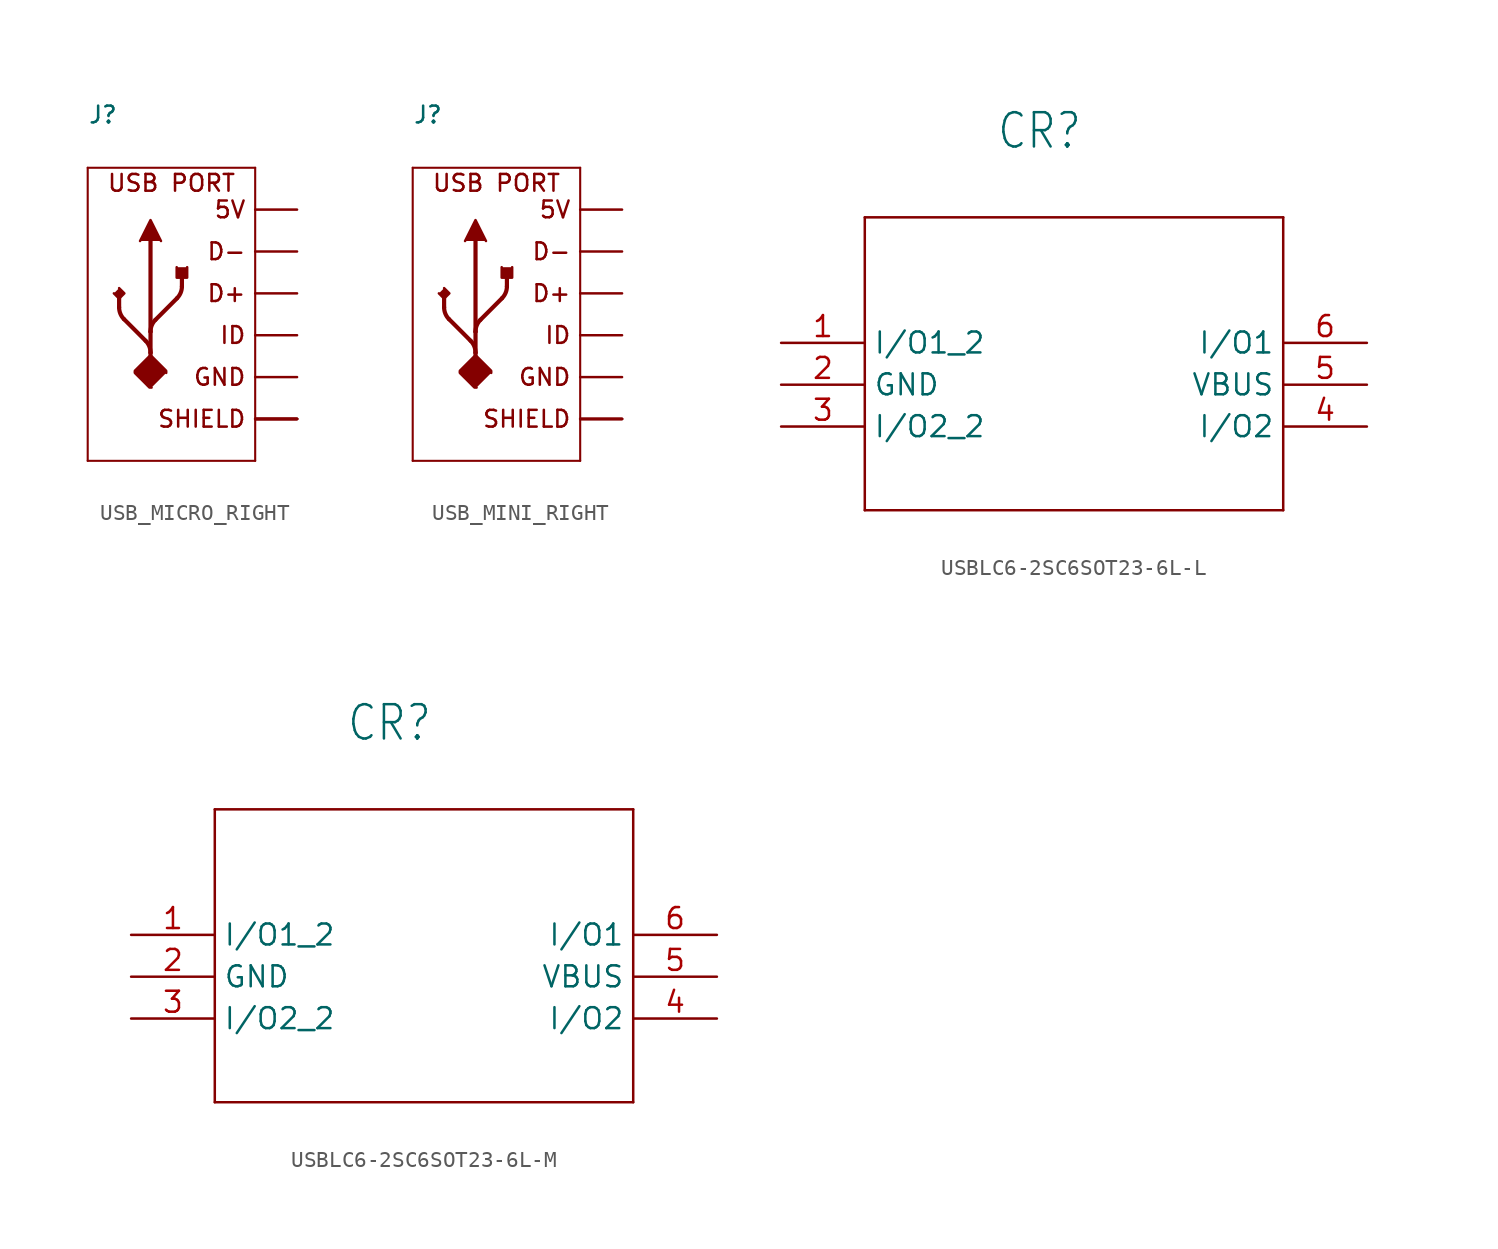
<source format=kicad_sym>
(kicad_symbol_lib
  (version 20220914)
  (generator kicad_symbol_editor)
  (symbol "USB_MICRO_RIGHT"
    (property "Reference" "J"
      (at -5.08 11.43 0)
      (effects (font (size 1.016 1.016)) (justify left top)))
    (property "Value" ""
      (at -5.08 8.89 0)
      (effects (font (size 1.016 1.016)) (justify left bottom)))
    (property "ki_locked" ""
      (at 0 0 0)
      (effects (font (size 1.27 1.27))))
    (symbol "USB_MICRO_RIGHT_1_0"
      (arc (start -3.175 -0.8491) (mid -3.0976 -1.2379) (end -2.8774 -1.5675) (stroke (width 0.254) (type solid)) (fill (type none)))
      (arc (start -1.27 -3.5958) (mid -1.3473 -3.207) (end -1.5675 -2.8774) (stroke (width 0.254) (type solid)) (fill (type none)))
      (arc (start -0.9724 -1.6074) (mid -1.1927 -1.937) (end -1.27 -2.3258) (stroke (width 0.254) (type solid)) (fill (type none)))
      (polyline (pts (xy -5.08 -10.16) (xy -5.08 7.62)) (stroke (width 0.127) (type solid)) (fill (type none)))
      (polyline (pts (xy -5.08 7.62) (xy 5.08 7.62)) (stroke (width 0.127) (type solid)) (fill (type none)))
      (polyline (pts (xy -3.175 0) (xy -3.175 -0.849)) (stroke (width 0.254) (type solid)) (fill (type none)))
      (polyline (pts (xy -2.877 -1.567) (xy -1.567 -2.877)) (stroke (width 0.254) (type solid)) (fill (type none)))
      (polyline (pts (xy -1.27 -3.81) (xy -1.27 -3.596)) (stroke (width 0.254) (type solid)) (fill (type none)))
      (polyline (pts (xy -1.27 -3.596) (xy -1.27 -2.326)) (stroke (width 0.254) (type solid)) (fill (type none)))
      (polyline (pts (xy -1.27 -2.326) (xy -1.27 3.175)) (stroke (width 0.254) (type solid)) (fill (type none)))
      (polyline (pts (xy 0.337 -0.297) (xy -0.972 -1.607)) (stroke (width 0.254) (type solid)) (fill (type none)))
      (polyline (pts (xy 0.635 1.27) (xy 0.635 0.421)) (stroke (width 0.254) (type solid)) (fill (type none)))
      (polyline (pts (xy 5.08 -10.16) (xy -5.08 -10.16)) (stroke (width 0.127) (type solid)) (fill (type none)))
      (polyline (pts (xy 5.08 7.62) (xy 5.08 -10.16)) (stroke (width 0.127) (type solid)) (fill (type none)))
      (polyline (pts (xy -1.905 3.175) (xy -1.27 4.445) (xy -0.635 3.175)) (stroke (width 0) (type default)) (fill (type outline)))
      (polyline (pts (xy -3.175 0.318) (xy -2.857 0) (xy -3.175 -0.318) (xy -3.493 0)) (stroke (width 0) (type default)) (fill (type outline)))
      (polyline (pts (xy 0.318 1.587) (xy 0.318 0.953) (xy 0.953 0.953) (xy 0.953 1.587)) (stroke (width 0) (type default)) (fill (type outline)))
      (polyline (pts (xy -1.206 -5.715) (xy -1.333 -5.715) (xy -2.223 -4.826) (xy -2.223 -4.699) (xy -1.333 -3.81) (xy -1.206 -3.81) (xy -0.318 -4.699) (xy -0.318 -4.826)) (stroke (width 0) (type default)) (fill (type outline)))
      (arc (start 0.3374 -0.2975) (mid 0.5577 0.032) (end 0.635 0.4208) (stroke (width 0.254) (type solid)) (fill (type none)))
      (text "5V" (at 4.572 5.08 0) (effects (font (size 1.016 1.016)) (justify right)))
      (text "D+" (at 4.572 0 0) (effects (font (size 1.016 1.016)) (justify right)))
      (text "D-" (at 4.572 2.54 0) (effects (font (size 1.016 1.016)) (justify right)))
      (text "GND" (at 4.572 -5.08 0) (effects (font (size 1.016 1.016)) (justify right)))
      (text "ID" (at 4.572 -2.54 0) (effects (font (size 1.016 1.016)) (justify right)))
      (text "SHIELD" (at 4.572 -7.62 0) (effects (font (size 1.016 1.016)) (justify right)))
      (text "USB PORT" (at 0 6.096 0) (effects (font (size 1.016 1.016)) (justify bottom)))
      (pin power_in line (at 7.62 5.08 180) (length 2.54) (name "5V" (effects (font (size 0 0)))) (number "1" (effects (font (size 0 0)))))
      (pin bidirectional line (at 7.62 2.54 180) (length 2.54) (name "D-" (effects (font (size 0 0)))) (number "2" (effects (font (size 0 0)))))
      (pin bidirectional line (at 7.62 0 180) (length 2.54) (name "D+" (effects (font (size 0 0)))) (number "3" (effects (font (size 0 0)))))
      (pin bidirectional line (at 7.62 -2.54 180) (length 2.54) (name "ID" (effects (font (size 0 0)))) (number "4" (effects (font (size 0 0)))))
      (pin power_in line (at 7.62 -5.08 180) (length 2.54) (name "GND" (effects (font (size 0 0)))) (number "5" (effects (font (size 0 0)))))
      (pin power_in line (at 7.62 -7.62 180) (length 2.54) (name "SLD" (effects (font (size 0 0)))) (number "S1" (effects (font (size 0 0)))))
      (pin power_in line (at 7.62 -7.62 180) (length 2.54) (name "SLD" (effects (font (size 0 0)))) (number "S2" (effects (font (size 0 0)))))
      (pin power_in line (at 7.62 -7.62 180) (length 2.54) (name "SLD" (effects (font (size 0 0)))) (number "S3" (effects (font (size 0 0)))))
      (pin power_in line (at 7.62 -7.62 180) (length 2.54) (name "SLD" (effects (font (size 0 0)))) (number "S4" (effects (font (size 0 0)))))
      (pin power_in line (at 7.62 -7.62 180) (length 2.54) (name "SLD" (effects (font (size 0 0)))) (number "S5" (effects (font (size 0 0)))))
      (pin power_in line (at 7.62 -7.62 180) (length 2.54) (name "SLD" (effects (font (size 0 0)))) (number "S6" (effects (font (size 0 0)))))))
  (symbol "USB_MINI_RIGHT"
    (property "Reference" "J"
      (at -5.08 11.43 0)
      (effects (font (size 1.016 1.016)) (justify left top)))
    (property "Value" ""
      (at -5.08 8.89 0)
      (effects (font (size 1.016 1.016)) (justify left bottom)))
    (property "ki_locked" ""
      (at 0 0 0)
      (effects (font (size 1.27 1.27))))
    (symbol "USB_MINI_RIGHT_1_0"
      (arc (start -3.175 -0.8491) (mid -3.0976 -1.2379) (end -2.8774 -1.5675) (stroke (width 0.254) (type solid)) (fill (type none)))
      (arc (start -1.27 -3.5958) (mid -1.3473 -3.207) (end -1.5675 -2.8774) (stroke (width 0.254) (type solid)) (fill (type none)))
      (arc (start -0.9724 -1.6074) (mid -1.1927 -1.937) (end -1.27 -2.3258) (stroke (width 0.254) (type solid)) (fill (type none)))
      (polyline (pts (xy -5.08 -10.16) (xy -5.08 7.62)) (stroke (width 0.127) (type solid)) (fill (type none)))
      (polyline (pts (xy -5.08 7.62) (xy 5.08 7.62)) (stroke (width 0.127) (type solid)) (fill (type none)))
      (polyline (pts (xy -3.175 0) (xy -3.175 -0.849)) (stroke (width 0.254) (type solid)) (fill (type none)))
      (polyline (pts (xy -2.877 -1.567) (xy -1.567 -2.877)) (stroke (width 0.254) (type solid)) (fill (type none)))
      (polyline (pts (xy -1.27 -3.81) (xy -1.27 -3.596)) (stroke (width 0.254) (type solid)) (fill (type none)))
      (polyline (pts (xy -1.27 -3.596) (xy -1.27 -2.326)) (stroke (width 0.254) (type solid)) (fill (type none)))
      (polyline (pts (xy -1.27 -2.326) (xy -1.27 3.175)) (stroke (width 0.254) (type solid)) (fill (type none)))
      (polyline (pts (xy 0.337 -0.297) (xy -0.972 -1.607)) (stroke (width 0.254) (type solid)) (fill (type none)))
      (polyline (pts (xy 0.635 1.27) (xy 0.635 0.421)) (stroke (width 0.254) (type solid)) (fill (type none)))
      (polyline (pts (xy 5.08 -10.16) (xy -5.08 -10.16)) (stroke (width 0.127) (type solid)) (fill (type none)))
      (polyline (pts (xy 5.08 7.62) (xy 5.08 -10.16)) (stroke (width 0.127) (type solid)) (fill (type none)))
      (polyline (pts (xy -1.905 3.175) (xy -1.27 4.445) (xy -0.635 3.175)) (stroke (width 0) (type default)) (fill (type outline)))
      (polyline (pts (xy -3.175 0.318) (xy -2.857 0) (xy -3.175 -0.318) (xy -3.493 0)) (stroke (width 0) (type default)) (fill (type outline)))
      (polyline (pts (xy 0.318 1.587) (xy 0.318 0.953) (xy 0.953 0.953) (xy 0.953 1.587)) (stroke (width 0) (type default)) (fill (type outline)))
      (polyline (pts (xy -1.206 -5.715) (xy -1.333 -5.715) (xy -2.223 -4.826) (xy -2.223 -4.699) (xy -1.333 -3.81) (xy -1.206 -3.81) (xy -0.318 -4.699) (xy -0.318 -4.826)) (stroke (width 0) (type default)) (fill (type outline)))
      (arc (start 0.3374 -0.2975) (mid 0.5577 0.032) (end 0.635 0.4208) (stroke (width 0.254) (type solid)) (fill (type none)))
      (text "5V" (at 4.572 5.08 0) (effects (font (size 1.016 1.016)) (justify right)))
      (text "D+" (at 4.572 0 0) (effects (font (size 1.016 1.016)) (justify right)))
      (text "D-" (at 4.572 2.54 0) (effects (font (size 1.016 1.016)) (justify right)))
      (text "GND" (at 4.572 -5.08 0) (effects (font (size 1.016 1.016)) (justify right)))
      (text "ID" (at 4.572 -2.54 0) (effects (font (size 1.016 1.016)) (justify right)))
      (text "SHIELD" (at 4.572 -7.62 0) (effects (font (size 1.016 1.016)) (justify right)))
      (text "USB PORT" (at 0 6.096 0) (effects (font (size 1.016 1.016)) (justify bottom)))
      (pin power_in line (at 7.62 5.08 180) (length 2.54) (name "5V" (effects (font (size 0 0)))) (number "1" (effects (font (size 0 0)))))
      (pin bidirectional line (at 7.62 2.54 180) (length 2.54) (name "D-" (effects (font (size 0 0)))) (number "2" (effects (font (size 0 0)))))
      (pin bidirectional line (at 7.62 0 180) (length 2.54) (name "D+" (effects (font (size 0 0)))) (number "3" (effects (font (size 0 0)))))
      (pin bidirectional line (at 7.62 -2.54 180) (length 2.54) (name "ID" (effects (font (size 0 0)))) (number "4" (effects (font (size 0 0)))))
      (pin power_in line (at 7.62 -5.08 180) (length 2.54) (name "GND" (effects (font (size 0 0)))) (number "5" (effects (font (size 0 0)))))
      (pin power_in line (at 7.62 -7.62 180) (length 2.54) (name "SLD" (effects (font (size 0 0)))) (number "S1" (effects (font (size 0 0)))))
      (pin power_in line (at 7.62 -7.62 180) (length 2.54) (name "SLD" (effects (font (size 0 0)))) (number "S2" (effects (font (size 0 0)))))
      (pin power_in line (at 7.62 -7.62 180) (length 2.54) (name "SLD" (effects (font (size 0 0)))) (number "S3" (effects (font (size 0 0)))))
      (pin power_in line (at 7.62 -7.62 180) (length 2.54) (name "SLD" (effects (font (size 0 0)))) (number "S4" (effects (font (size 0 0)))))))
  (symbol "USBLC6-2SC6SOT23-6L-L"
    (property "Reference" "CR"
      (at 15.596 11.659 0)
      (effects (font (size 2.083 1.77)) (justify left bottom)))
    (property "Value" ""
      (at 14.961 9.119 0)
      (effects (font (size 2.083 1.77)) (justify left bottom)))
    (property "ki_locked" ""
      (at 0 0 0)
      (effects (font (size 1.27 1.27))))
    (symbol "USBLC6-2SC6SOT23-6L-L_1_0"
      (polyline (pts (xy 7.62 -10.16) (xy 33.02 -10.16)) (stroke (width 0.152) (type solid)) (fill (type none)))
      (polyline (pts (xy 7.62 7.62) (xy 7.62 -10.16)) (stroke (width 0.152) (type solid)) (fill (type none)))
      (polyline (pts (xy 33.02 -10.16) (xy 33.02 7.62)) (stroke (width 0.152) (type solid)) (fill (type none)))
      (polyline (pts (xy 33.02 7.62) (xy 7.62 7.62)) (stroke (width 0.152) (type solid)) (fill (type none)))
      (pin bidirectional line (at 2.54 0 0) (length 5.08) (name "I/O1_2" (effects (font (size 1.27 1.27)))) (number "1" (effects (font (size 1.27 1.27)))))
      (pin power_in line (at 2.54 -2.54 0) (length 5.08) (name "GND" (effects (font (size 1.27 1.27)))) (number "2" (effects (font (size 1.27 1.27)))))
      (pin bidirectional line (at 2.54 -5.08 0) (length 5.08) (name "I/O2_2" (effects (font (size 1.27 1.27)))) (number "3" (effects (font (size 1.27 1.27)))))
      (pin bidirectional line (at 38.1 -5.08 180) (length 5.08) (name "I/O2" (effects (font (size 1.27 1.27)))) (number "4" (effects (font (size 1.27 1.27)))))
      (pin power_in line (at 38.1 -2.54 180) (length 5.08) (name "VBUS" (effects (font (size 1.27 1.27)))) (number "5" (effects (font (size 1.27 1.27)))))
      (pin bidirectional line (at 38.1 0 180) (length 5.08) (name "I/O1" (effects (font (size 1.27 1.27)))) (number "6" (effects (font (size 1.27 1.27)))))))
  (symbol "USBLC6-2SC6SOT23-6L-M"
    (property "Reference" "CR"
      (at 15.596 11.659 0)
      (effects (font (size 2.083 1.77)) (justify left bottom)))
    (property "Value" ""
      (at 14.961 9.119 0)
      (effects (font (size 2.083 1.77)) (justify left bottom)))
    (property "ki_locked" ""
      (at 0 0 0)
      (effects (font (size 1.27 1.27))))
    (symbol "USBLC6-2SC6SOT23-6L-M_1_0"
      (polyline (pts (xy 7.62 -10.16) (xy 33.02 -10.16)) (stroke (width 0.152) (type solid)) (fill (type none)))
      (polyline (pts (xy 7.62 7.62) (xy 7.62 -10.16)) (stroke (width 0.152) (type solid)) (fill (type none)))
      (polyline (pts (xy 33.02 -10.16) (xy 33.02 7.62)) (stroke (width 0.152) (type solid)) (fill (type none)))
      (polyline (pts (xy 33.02 7.62) (xy 7.62 7.62)) (stroke (width 0.152) (type solid)) (fill (type none)))
      (pin bidirectional line (at 2.54 0 0) (length 5.08) (name "I/O1_2" (effects (font (size 1.27 1.27)))) (number "1" (effects (font (size 1.27 1.27)))))
      (pin power_in line (at 2.54 -2.54 0) (length 5.08) (name "GND" (effects (font (size 1.27 1.27)))) (number "2" (effects (font (size 1.27 1.27)))))
      (pin bidirectional line (at 2.54 -5.08 0) (length 5.08) (name "I/O2_2" (effects (font (size 1.27 1.27)))) (number "3" (effects (font (size 1.27 1.27)))))
      (pin bidirectional line (at 38.1 -5.08 180) (length 5.08) (name "I/O2" (effects (font (size 1.27 1.27)))) (number "4" (effects (font (size 1.27 1.27)))))
      (pin power_in line (at 38.1 -2.54 180) (length 5.08) (name "VBUS" (effects (font (size 1.27 1.27)))) (number "5" (effects (font (size 1.27 1.27)))))
      (pin bidirectional line (at 38.1 0 180) (length 5.08) (name "I/O1" (effects (font (size 1.27 1.27)))) (number "6" (effects (font (size 1.27 1.27))))))))
</source>
